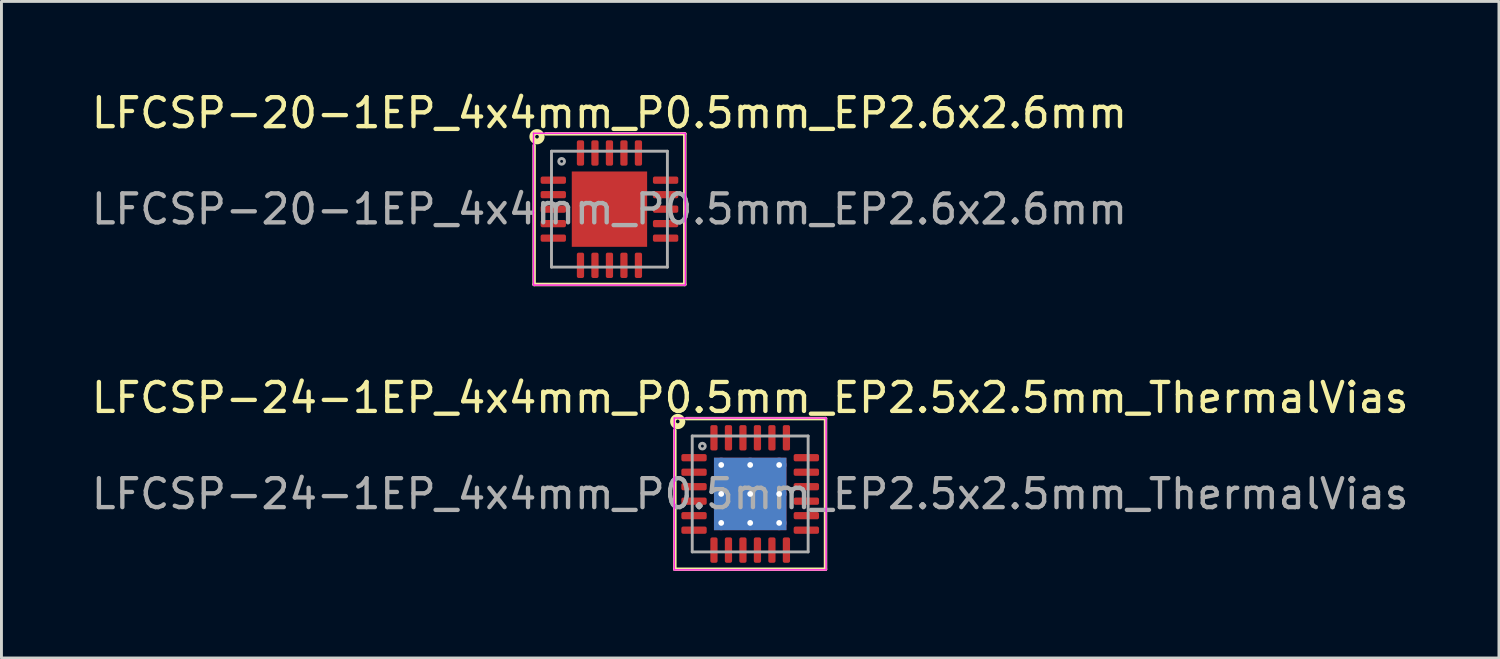
<source format=kicad_pcb>
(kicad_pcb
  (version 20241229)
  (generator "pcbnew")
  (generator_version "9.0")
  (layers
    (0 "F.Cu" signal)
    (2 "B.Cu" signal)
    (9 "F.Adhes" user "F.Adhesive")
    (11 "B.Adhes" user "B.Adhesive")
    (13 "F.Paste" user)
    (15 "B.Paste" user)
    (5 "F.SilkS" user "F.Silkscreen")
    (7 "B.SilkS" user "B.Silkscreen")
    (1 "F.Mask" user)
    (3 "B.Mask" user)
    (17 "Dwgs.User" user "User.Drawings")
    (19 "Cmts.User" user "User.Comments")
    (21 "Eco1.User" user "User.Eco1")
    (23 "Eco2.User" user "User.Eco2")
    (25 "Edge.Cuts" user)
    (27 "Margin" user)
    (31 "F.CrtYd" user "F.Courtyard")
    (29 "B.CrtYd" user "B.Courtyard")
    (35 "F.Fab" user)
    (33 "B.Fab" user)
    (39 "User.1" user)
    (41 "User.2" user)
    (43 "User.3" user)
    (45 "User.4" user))
  (footprint "LFCSP-20-1EP_4x4mm_P0.5mm_EP2.6x2.6mm"
    (layer "F.Cu")
    (at 17.982 4.168)
    (property "Reference" "LFCSP-20-1EP_4x4mm_P0.5mm_EP2.6x2.6mm" (at 0 -3.32 0) (layer "F.SilkS") (effects (font (size 1 1) (thickness 0.15))))
    (attr smd)
    (fp_line (start -2.6 2.6) (end -2.6 -2.2) (stroke (width 0.12) (type solid)) (layer "F.SilkS"))
    (fp_line (start 2.6 -2.6) (end -2.2 -2.6) (stroke (width 0.12) (type solid)) (layer "F.SilkS"))
    (fp_line (start 2.6 -2.6) (end 2.6 2.6) (stroke (width 0.12) (type solid)) (layer "F.SilkS"))
    (fp_line (start 2.6 2.6) (end -2.6 2.6) (stroke (width 0.12) (type solid)) (layer "F.SilkS"))
    (fp_circle (center -2.5 -2.5) (end -2.437 -2.5) (stroke (width 0.2) (type solid)) (fill no) (layer "F.SilkS"))
    (fp_line (start -2.62 -2.62) (end -2.62 2.62) (stroke (width 0.05) (type solid)) (layer "F.CrtYd"))
    (fp_line (start -2.62 2.62) (end 2.62 2.62) (stroke (width 0.05) (type solid)) (layer "F.CrtYd"))
    (fp_line (start 2.62 -2.62) (end -2.62 -2.62) (stroke (width 0.05) (type solid)) (layer "F.CrtYd"))
    (fp_line (start 2.62 2.62) (end 2.62 -2.62) (stroke (width 0.05) (type solid)) (layer "F.CrtYd"))
    (fp_line (start -2 -2) (end 2 -2) (stroke (width 0.1) (type solid)) (layer "F.Fab"))
    (fp_line (start -2 2) (end -2 -2) (stroke (width 0.1) (type solid)) (layer "F.Fab"))
    (fp_line (start 2 -2) (end 2 2) (stroke (width 0.1) (type solid)) (layer "F.Fab"))
    (fp_line (start 2 2) (end -2 2) (stroke (width 0.1) (type solid)) (layer "F.Fab"))
    (fp_circle (center -1.65 -1.65) (end -1.55 -1.65) (stroke (width 0.1) (type solid)) (fill no) (layer "F.Fab"))
    (fp_text user "${REFERENCE}" (at 0 0 0) (layer "F.Fab") (effects (font (size 1 1) (thickness 0.15))))
    (pad "" smd roundrect (at -0.65 -0.65) (size 1.05 1.05) (layers "F.Paste") (roundrect_rratio 0.238))
    (pad "" smd roundrect (at -0.65 0.65) (size 1.05 1.05) (layers "F.Paste") (roundrect_rratio 0.238))
    (pad "" smd roundrect (at 0.65 -0.65) (size 1.05 1.05) (layers "F.Paste") (roundrect_rratio 0.238))
    (pad "" smd roundrect (at 0.65 0.65) (size 1.05 1.05) (layers "F.Paste") (roundrect_rratio 0.238))
    (pad "1" smd roundrect (at -1.938 -1) (size 0.875 0.25) (layers "F.Cu" "F.Mask" "F.Paste") (roundrect_rratio 0.25))
    (pad "2" smd roundrect (at -1.938 -0.5) (size 0.875 0.25) (layers "F.Cu" "F.Mask" "F.Paste") (roundrect_rratio 0.25))
    (pad "3" smd roundrect (at -1.938 0) (size 0.875 0.25) (layers "F.Cu" "F.Mask" "F.Paste") (roundrect_rratio 0.25))
    (pad "4" smd roundrect (at -1.938 0.5) (size 0.875 0.25) (layers "F.Cu" "F.Mask" "F.Paste") (roundrect_rratio 0.25))
    (pad "5" smd roundrect (at -1.938 1) (size 0.875 0.25) (layers "F.Cu" "F.Mask" "F.Paste") (roundrect_rratio 0.25))
    (pad "6" smd roundrect (at -1 1.938) (size 0.25 0.875) (layers "F.Cu" "F.Mask" "F.Paste") (roundrect_rratio 0.25))
    (pad "7" smd roundrect (at -0.5 1.938) (size 0.25 0.875) (layers "F.Cu" "F.Mask" "F.Paste") (roundrect_rratio 0.25))
    (pad "8" smd roundrect (at 0 1.938) (size 0.25 0.875) (layers "F.Cu" "F.Mask" "F.Paste") (roundrect_rratio 0.25))
    (pad "9" smd roundrect (at 0.5 1.938) (size 0.25 0.875) (layers "F.Cu" "F.Mask" "F.Paste") (roundrect_rratio 0.25))
    (pad "10" smd roundrect (at 1 1.938) (size 0.25 0.875) (layers "F.Cu" "F.Mask" "F.Paste") (roundrect_rratio 0.25))
    (pad "11" smd roundrect (at 1.938 1) (size 0.875 0.25) (layers "F.Cu" "F.Mask" "F.Paste") (roundrect_rratio 0.25))
    (pad "12" smd roundrect (at 1.938 0.5) (size 0.875 0.25) (layers "F.Cu" "F.Mask" "F.Paste") (roundrect_rratio 0.25))
    (pad "13" smd roundrect (at 1.938 0) (size 0.875 0.25) (layers "F.Cu" "F.Mask" "F.Paste") (roundrect_rratio 0.25))
    (pad "14" smd roundrect (at 1.938 -0.5) (size 0.875 0.25) (layers "F.Cu" "F.Mask" "F.Paste") (roundrect_rratio 0.25))
    (pad "15" smd roundrect (at 1.938 -1) (size 0.875 0.25) (layers "F.Cu" "F.Mask" "F.Paste") (roundrect_rratio 0.25))
    (pad "16" smd roundrect (at 1 -1.938) (size 0.25 0.875) (layers "F.Cu" "F.Mask" "F.Paste") (roundrect_rratio 0.25))
    (pad "17" smd roundrect (at 0.5 -1.938) (size 0.25 0.875) (layers "F.Cu" "F.Mask" "F.Paste") (roundrect_rratio 0.25))
    (pad "18" smd roundrect (at 0 -1.938) (size 0.25 0.875) (layers "F.Cu" "F.Mask" "F.Paste") (roundrect_rratio 0.25))
    (pad "19" smd roundrect (at -0.5 -1.938) (size 0.25 0.875) (layers "F.Cu" "F.Mask" "F.Paste") (roundrect_rratio 0.25))
    (pad "20" smd roundrect (at -1 -1.938) (size 0.25 0.875) (layers "F.Cu" "F.Mask" "F.Paste") (roundrect_rratio 0.25))
    (pad "21" smd rect (at 0 0) (size 2.6 2.6) (layers "F.Cu" "F.Mask")))
  (footprint "LFCSP-24-1EP_4x4mm_P0.5mm_EP2.5x2.5mm_ThermalVias"
    (layer "F.Cu")
    (at 22.839 13.996)
    (property "Reference" "LFCSP-24-1EP_4x4mm_P0.5mm_EP2.5x2.5mm_ThermalVias" (at 0 -3.32 0) (layer "F.SilkS") (effects (font (size 1 1) (thickness 0.15))))
    (attr smd)
    (fp_line (start -2.6 2.6) (end -2.6 -2.2) (stroke (width 0.12) (type solid)) (layer "F.SilkS"))
    (fp_line (start 2.6 -2.6) (end -2.2 -2.6) (stroke (width 0.12) (type solid)) (layer "F.SilkS"))
    (fp_line (start 2.6 -2.6) (end 2.6 2.6) (stroke (width 0.12) (type solid)) (layer "F.SilkS"))
    (fp_line (start 2.6 2.6) (end -2.6 2.6) (stroke (width 0.12) (type solid)) (layer "F.SilkS"))
    (fp_circle (center -2.5 -2.5) (end -2.437 -2.5) (stroke (width 0.2) (type solid)) (fill no) (layer "F.SilkS"))
    (fp_line (start -2.62 -2.62) (end -2.62 2.62) (stroke (width 0.05) (type solid)) (layer "F.CrtYd"))
    (fp_line (start -2.62 2.62) (end 2.62 2.62) (stroke (width 0.05) (type solid)) (layer "F.CrtYd"))
    (fp_line (start 2.62 -2.62) (end -2.62 -2.62) (stroke (width 0.05) (type solid)) (layer "F.CrtYd"))
    (fp_line (start 2.62 2.62) (end 2.62 -2.62) (stroke (width 0.05) (type solid)) (layer "F.CrtYd"))
    (fp_line (start -2 -2) (end 2 -2) (stroke (width 0.1) (type solid)) (layer "F.Fab"))
    (fp_line (start -2 2) (end -2 -2) (stroke (width 0.1) (type solid)) (layer "F.Fab"))
    (fp_line (start 2 -2) (end 2 2) (stroke (width 0.1) (type solid)) (layer "F.Fab"))
    (fp_line (start 2 2) (end -2 2) (stroke (width 0.1) (type solid)) (layer "F.Fab"))
    (fp_circle (center -1.65 -1.65) (end -1.55 -1.65) (stroke (width 0.1) (type solid)) (fill no) (layer "F.Fab"))
    (fp_text user "${REFERENCE}" (at 0 0 0) (layer "F.Fab") (effects (font (size 1 1) (thickness 0.15))))
    (pad "" smd roundrect (at -0.625 -0.625) (size 1.08 1.08) (layers "F.Paste") (roundrect_rratio 0.231))
    (pad "" smd roundrect (at -0.625 0.625) (size 1.08 1.08) (layers "F.Paste") (roundrect_rratio 0.231))
    (pad "" smd roundrect (at 0.625 -0.625) (size 1.08 1.08) (layers "F.Paste") (roundrect_rratio 0.231))
    (pad "" smd roundrect (at 0.625 0.625) (size 1.08 1.08) (layers "F.Paste") (roundrect_rratio 0.231))
    (pad "1" smd roundrect (at -1.938 -1.25) (size 0.875 0.25) (layers "F.Cu" "F.Mask" "F.Paste") (roundrect_rratio 0.25))
    (pad "2" smd roundrect (at -1.938 -0.75) (size 0.875 0.25) (layers "F.Cu" "F.Mask" "F.Paste") (roundrect_rratio 0.25))
    (pad "3" smd roundrect (at -1.938 -0.25) (size 0.875 0.25) (layers "F.Cu" "F.Mask" "F.Paste") (roundrect_rratio 0.25))
    (pad "4" smd roundrect (at -1.938 0.25) (size 0.875 0.25) (layers "F.Cu" "F.Mask" "F.Paste") (roundrect_rratio 0.25))
    (pad "5" smd roundrect (at -1.938 0.75) (size 0.875 0.25) (layers "F.Cu" "F.Mask" "F.Paste") (roundrect_rratio 0.25))
    (pad "6" smd roundrect (at -1.938 1.25) (size 0.875 0.25) (layers "F.Cu" "F.Mask" "F.Paste") (roundrect_rratio 0.25))
    (pad "7" smd roundrect (at -1.25 1.938) (size 0.25 0.875) (layers "F.Cu" "F.Mask" "F.Paste") (roundrect_rratio 0.25))
    (pad "8" smd roundrect (at -0.75 1.938) (size 0.25 0.875) (layers "F.Cu" "F.Mask" "F.Paste") (roundrect_rratio 0.25))
    (pad "9" smd roundrect (at -0.25 1.938) (size 0.25 0.875) (layers "F.Cu" "F.Mask" "F.Paste") (roundrect_rratio 0.25))
    (pad "10" smd roundrect (at 0.25 1.938) (size 0.25 0.875) (layers "F.Cu" "F.Mask" "F.Paste") (roundrect_rratio 0.25))
    (pad "11" smd roundrect (at 0.75 1.938) (size 0.25 0.875) (layers "F.Cu" "F.Mask" "F.Paste") (roundrect_rratio 0.25))
    (pad "12" smd roundrect (at 1.25 1.938) (size 0.25 0.875) (layers "F.Cu" "F.Mask" "F.Paste") (roundrect_rratio 0.25))
    (pad "13" smd roundrect (at 1.938 1.25) (size 0.875 0.25) (layers "F.Cu" "F.Mask" "F.Paste") (roundrect_rratio 0.25))
    (pad "14" smd roundrect (at 1.938 0.75) (size 0.875 0.25) (layers "F.Cu" "F.Mask" "F.Paste") (roundrect_rratio 0.25))
    (pad "15" smd roundrect (at 1.938 0.25) (size 0.875 0.25) (layers "F.Cu" "F.Mask" "F.Paste") (roundrect_rratio 0.25))
    (pad "16" smd roundrect (at 1.938 -0.25) (size 0.875 0.25) (layers "F.Cu" "F.Mask" "F.Paste") (roundrect_rratio 0.25))
    (pad "17" smd roundrect (at 1.938 -0.75) (size 0.875 0.25) (layers "F.Cu" "F.Mask" "F.Paste") (roundrect_rratio 0.25))
    (pad "18" smd roundrect (at 1.938 -1.25) (size 0.875 0.25) (layers "F.Cu" "F.Mask" "F.Paste") (roundrect_rratio 0.25))
    (pad "19" smd roundrect (at 1.25 -1.938) (size 0.25 0.875) (layers "F.Cu" "F.Mask" "F.Paste") (roundrect_rratio 0.25))
    (pad "20" smd roundrect (at 0.75 -1.938) (size 0.25 0.875) (layers "F.Cu" "F.Mask" "F.Paste") (roundrect_rratio 0.25))
    (pad "21" smd roundrect (at 0.25 -1.938) (size 0.25 0.875) (layers "F.Cu" "F.Mask" "F.Paste") (roundrect_rratio 0.25))
    (pad "22" smd roundrect (at -0.25 -1.938) (size 0.25 0.875) (layers "F.Cu" "F.Mask" "F.Paste") (roundrect_rratio 0.25))
    (pad "23" smd roundrect (at -0.75 -1.938) (size 0.25 0.875) (layers "F.Cu" "F.Mask" "F.Paste") (roundrect_rratio 0.25))
    (pad "24" smd roundrect (at -1.25 -1.938) (size 0.25 0.875) (layers "F.Cu" "F.Mask" "F.Paste") (roundrect_rratio 0.25))
    (pad "25" thru_hole circle (at -1 -1) (size 0.5 0.5) (drill 0.2) (layers "*.Cu"))
    (pad "25" thru_hole circle (at -1 0) (size 0.5 0.5) (drill 0.2) (layers "*.Cu"))
    (pad "25" thru_hole circle (at -1 1) (size 0.5 0.5) (drill 0.2) (layers "*.Cu"))
    (pad "25" thru_hole circle (at 0 -1) (size 0.5 0.5) (drill 0.2) (layers "*.Cu"))
    (pad "25" thru_hole circle (at 0 0) (size 0.5 0.5) (drill 0.2) (layers "*.Cu"))
    (pad "25" smd rect (at 0 0) (size 2.5 2.5) (layers "F.Cu" "F.Mask"))
    (pad "25" smd rect (at 0 0) (size 2.5 2.5) (layers "B.Cu" "B.Mask"))
    (pad "25" thru_hole circle (at 0 1) (size 0.5 0.5) (drill 0.2) (layers "*.Cu"))
    (pad "25" thru_hole circle (at 1 -1) (size 0.5 0.5) (drill 0.2) (layers "*.Cu"))
    (pad "25" thru_hole circle (at 1 0) (size 0.5 0.5) (drill 0.2) (layers "*.Cu"))
    (pad "25" thru_hole circle (at 1 1) (size 0.5 0.5) (drill 0.2) (layers "*.Cu")))
  (gr_rect
    (start -3 -3)
    (end 48.679 19.657)
    (stroke (width 0.1) (type default))
    (fill no)
    (layer "Edge.Cuts")))
</source>
